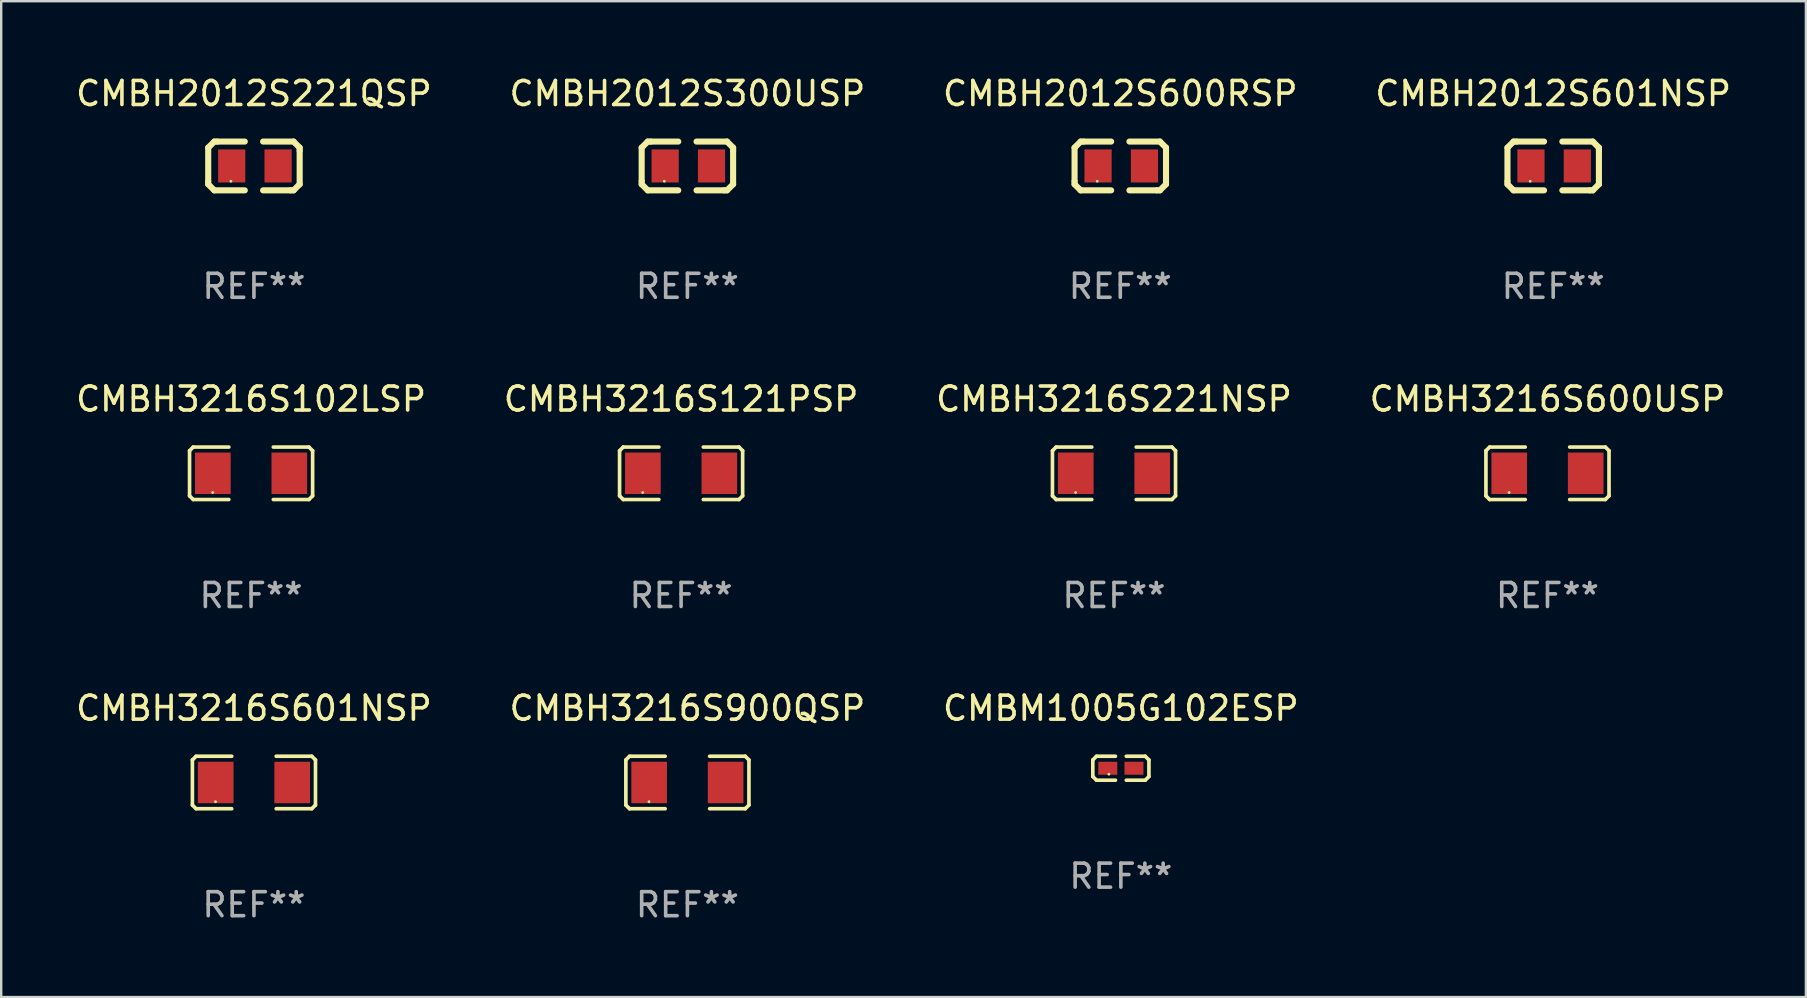
<source format=kicad_pcb>
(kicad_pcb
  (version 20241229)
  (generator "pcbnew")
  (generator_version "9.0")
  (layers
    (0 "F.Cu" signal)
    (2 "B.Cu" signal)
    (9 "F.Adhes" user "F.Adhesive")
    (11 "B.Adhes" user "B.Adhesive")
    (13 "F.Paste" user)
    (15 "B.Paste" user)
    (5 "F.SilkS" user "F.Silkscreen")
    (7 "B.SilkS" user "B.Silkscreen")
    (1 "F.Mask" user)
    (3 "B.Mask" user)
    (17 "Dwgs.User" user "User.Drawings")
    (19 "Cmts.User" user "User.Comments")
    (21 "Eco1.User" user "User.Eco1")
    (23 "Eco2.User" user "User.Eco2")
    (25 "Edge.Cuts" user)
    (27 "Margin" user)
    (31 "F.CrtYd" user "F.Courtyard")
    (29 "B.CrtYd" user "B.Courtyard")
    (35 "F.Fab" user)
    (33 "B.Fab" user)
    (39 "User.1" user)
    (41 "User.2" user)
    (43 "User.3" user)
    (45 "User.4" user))
  (footprint "CMBM1005G102ESP"
    (layer "F.Cu")
    (at 43.649 28.957)
    (property "Reference" "CMBM1005G102ESP" (at 0 -2.499 0) (layer "F.SilkS") (effects (font (size 1 1) (thickness 0.15))))
    (attr through_hole)
    (fp_line (start -1.169 -0.346) (end -1.016 -0.499) (stroke (width 0.152) (type solid)) (layer "F.SilkS"))
    (fp_line (start -1.169 0.346) (end -1.169 -0.346) (stroke (width 0.152) (type solid)) (layer "F.SilkS"))
    (fp_line (start -1.016 -0.499) (end -0.226 -0.499) (stroke (width 0.152) (type solid)) (layer "F.SilkS"))
    (fp_line (start -1.016 0.499) (end -1.169 0.346) (stroke (width 0.152) (type solid)) (layer "F.SilkS"))
    (fp_line (start -0.226 0.499) (end -1.016 0.499) (stroke (width 0.152) (type solid)) (layer "F.SilkS"))
    (fp_line (start 0.226 0.499) (end 1.016 0.499) (stroke (width 0.152) (type solid)) (layer "F.SilkS"))
    (fp_line (start 1.016 -0.499) (end 0.226 -0.499) (stroke (width 0.152) (type solid)) (layer "F.SilkS"))
    (fp_line (start 1.016 0.499) (end 1.169 0.346) (stroke (width 0.152) (type solid)) (layer "F.SilkS"))
    (fp_line (start 1.169 -0.346) (end 1.016 -0.499) (stroke (width 0.152) (type solid)) (layer "F.SilkS"))
    (fp_line (start 1.169 0.346) (end 1.169 -0.346) (stroke (width 0.152) (type solid)) (layer "F.SilkS"))
    (fp_circle (center -0.5 0.25) (end -0.47 0.25) (stroke (width 0.06) (type solid)) (fill no) (layer "F.SilkS"))
    (fp_text user "REF**" (at 0 4.499 0) (layer "F.Fab") (effects (font (size 1 1) (thickness 0.15))))
    (pad "1" smd rect (at -0.545 0) (size 0.79 0.54) (layers "F.Cu" "F.Mask" "F.Paste"))
    (pad "2" smd rect (at 0.545 0) (size 0.79 0.54) (layers "F.Cu" "F.Mask" "F.Paste")))
  (footprint "CMBH3216S221NSP"
    (layer "F.Cu")
    (at 43.363 16.669)
    (property "Reference" "CMBH3216S221NSP" (at 0 -3.093 0) (layer "F.SilkS") (effects (font (size 1 1) (thickness 0.15))))
    (attr through_hole)
    (fp_line (start -2.564 -0.94) (end -2.411 -1.093) (stroke (width 0.152) (type solid)) (layer "F.SilkS"))
    (fp_line (start -2.564 0.94) (end -2.564 -0.94) (stroke (width 0.152) (type solid)) (layer "F.SilkS"))
    (fp_line (start -2.411 -1.093) (end -0.926 -1.093) (stroke (width 0.152) (type solid)) (layer "F.SilkS"))
    (fp_line (start -2.411 1.093) (end -2.564 0.94) (stroke (width 0.152) (type solid)) (layer "F.SilkS"))
    (fp_line (start -0.926 1.093) (end -2.411 1.093) (stroke (width 0.152) (type solid)) (layer "F.SilkS"))
    (fp_line (start 0.926 1.093) (end 2.411 1.093) (stroke (width 0.152) (type solid)) (layer "F.SilkS"))
    (fp_line (start 2.411 -1.093) (end 0.926 -1.093) (stroke (width 0.152) (type solid)) (layer "F.SilkS"))
    (fp_line (start 2.411 1.093) (end 2.564 0.94) (stroke (width 0.152) (type solid)) (layer "F.SilkS"))
    (fp_line (start 2.564 -0.94) (end 2.411 -1.093) (stroke (width 0.152) (type solid)) (layer "F.SilkS"))
    (fp_line (start 2.564 0.94) (end 2.564 -0.94) (stroke (width 0.152) (type solid)) (layer "F.SilkS"))
    (fp_circle (center -1.6 0.8) (end -1.57 0.8) (stroke (width 0.06) (type solid)) (fill no) (layer "F.SilkS"))
    (fp_text user "REF**" (at 0 5.093 0) (layer "F.Fab") (effects (font (size 1 1) (thickness 0.15))))
    (pad "1" smd rect (at -1.593 0) (size 1.485 1.728) (layers "F.Cu" "F.Mask" "F.Paste"))
    (pad "2" smd rect (at 1.593 0) (size 1.485 1.728) (layers "F.Cu" "F.Mask" "F.Paste")))
  (footprint "CMBH3216S900QSP"
    (layer "F.Cu")
    (at 25.589 29.551)
    (property "Reference" "CMBH3216S900QSP" (at 0 -3.093 0) (layer "F.SilkS") (effects (font (size 1 1) (thickness 0.15))))
    (attr through_hole)
    (fp_line (start -2.564 -0.94) (end -2.411 -1.093) (stroke (width 0.152) (type solid)) (layer "F.SilkS"))
    (fp_line (start -2.564 0.94) (end -2.564 -0.94) (stroke (width 0.152) (type solid)) (layer "F.SilkS"))
    (fp_line (start -2.411 -1.093) (end -0.926 -1.093) (stroke (width 0.152) (type solid)) (layer "F.SilkS"))
    (fp_line (start -2.411 1.093) (end -2.564 0.94) (stroke (width 0.152) (type solid)) (layer "F.SilkS"))
    (fp_line (start -0.926 1.093) (end -2.411 1.093) (stroke (width 0.152) (type solid)) (layer "F.SilkS"))
    (fp_line (start 0.926 1.093) (end 2.411 1.093) (stroke (width 0.152) (type solid)) (layer "F.SilkS"))
    (fp_line (start 2.411 -1.093) (end 0.926 -1.093) (stroke (width 0.152) (type solid)) (layer "F.SilkS"))
    (fp_line (start 2.411 1.093) (end 2.564 0.94) (stroke (width 0.152) (type solid)) (layer "F.SilkS"))
    (fp_line (start 2.564 -0.94) (end 2.411 -1.093) (stroke (width 0.152) (type solid)) (layer "F.SilkS"))
    (fp_line (start 2.564 0.94) (end 2.564 -0.94) (stroke (width 0.152) (type solid)) (layer "F.SilkS"))
    (fp_circle (center -1.6 0.8) (end -1.57 0.8) (stroke (width 0.06) (type solid)) (fill no) (layer "F.SilkS"))
    (fp_text user "REF**" (at 0 5.093 0) (layer "F.Fab") (effects (font (size 1 1) (thickness 0.15))))
    (pad "1" smd rect (at -1.593 0) (size 1.485 1.728) (layers "F.Cu" "F.Mask" "F.Paste"))
    (pad "2" smd rect (at 1.593 0) (size 1.485 1.728) (layers "F.Cu" "F.Mask" "F.Paste")))
  (footprint "CMBH3216S121PSP"
    (layer "F.Cu")
    (at 25.327 16.669)
    (property "Reference" "CMBH3216S121PSP" (at 0 -3.093 0) (layer "F.SilkS") (effects (font (size 1 1) (thickness 0.15))))
    (attr through_hole)
    (fp_line (start -2.564 -0.94) (end -2.411 -1.093) (stroke (width 0.152) (type solid)) (layer "F.SilkS"))
    (fp_line (start -2.564 0.94) (end -2.564 -0.94) (stroke (width 0.152) (type solid)) (layer "F.SilkS"))
    (fp_line (start -2.411 -1.093) (end -0.926 -1.093) (stroke (width 0.152) (type solid)) (layer "F.SilkS"))
    (fp_line (start -2.411 1.093) (end -2.564 0.94) (stroke (width 0.152) (type solid)) (layer "F.SilkS"))
    (fp_line (start -0.926 1.093) (end -2.411 1.093) (stroke (width 0.152) (type solid)) (layer "F.SilkS"))
    (fp_line (start 0.926 1.093) (end 2.411 1.093) (stroke (width 0.152) (type solid)) (layer "F.SilkS"))
    (fp_line (start 2.411 -1.093) (end 0.926 -1.093) (stroke (width 0.152) (type solid)) (layer "F.SilkS"))
    (fp_line (start 2.411 1.093) (end 2.564 0.94) (stroke (width 0.152) (type solid)) (layer "F.SilkS"))
    (fp_line (start 2.564 -0.94) (end 2.411 -1.093) (stroke (width 0.152) (type solid)) (layer "F.SilkS"))
    (fp_line (start 2.564 0.94) (end 2.564 -0.94) (stroke (width 0.152) (type solid)) (layer "F.SilkS"))
    (fp_circle (center -1.6 0.8) (end -1.57 0.8) (stroke (width 0.06) (type solid)) (fill no) (layer "F.SilkS"))
    (fp_text user "REF**" (at 0 5.093 0) (layer "F.Fab") (effects (font (size 1 1) (thickness 0.15))))
    (pad "1" smd rect (at -1.593 0) (size 1.485 1.728) (layers "F.Cu" "F.Mask" "F.Paste"))
    (pad "2" smd rect (at 1.593 0) (size 1.485 1.728) (layers "F.Cu" "F.Mask" "F.Paste")))
  (footprint "CMBH3216S601NSP"
    (layer "F.Cu")
    (at 7.53 29.551)
    (property "Reference" "CMBH3216S601NSP" (at 0 -3.093 0) (layer "F.SilkS") (effects (font (size 1 1) (thickness 0.15))))
    (attr through_hole)
    (fp_line (start -2.564 -0.94) (end -2.411 -1.093) (stroke (width 0.152) (type solid)) (layer "F.SilkS"))
    (fp_line (start -2.564 0.94) (end -2.564 -0.94) (stroke (width 0.152) (type solid)) (layer "F.SilkS"))
    (fp_line (start -2.411 -1.093) (end -0.926 -1.093) (stroke (width 0.152) (type solid)) (layer "F.SilkS"))
    (fp_line (start -2.411 1.093) (end -2.564 0.94) (stroke (width 0.152) (type solid)) (layer "F.SilkS"))
    (fp_line (start -0.926 1.093) (end -2.411 1.093) (stroke (width 0.152) (type solid)) (layer "F.SilkS"))
    (fp_line (start 0.926 1.093) (end 2.411 1.093) (stroke (width 0.152) (type solid)) (layer "F.SilkS"))
    (fp_line (start 2.411 -1.093) (end 0.926 -1.093) (stroke (width 0.152) (type solid)) (layer "F.SilkS"))
    (fp_line (start 2.411 1.093) (end 2.564 0.94) (stroke (width 0.152) (type solid)) (layer "F.SilkS"))
    (fp_line (start 2.564 -0.94) (end 2.411 -1.093) (stroke (width 0.152) (type solid)) (layer "F.SilkS"))
    (fp_line (start 2.564 0.94) (end 2.564 -0.94) (stroke (width 0.152) (type solid)) (layer "F.SilkS"))
    (fp_circle (center -1.6 0.8) (end -1.57 0.8) (stroke (width 0.06) (type solid)) (fill no) (layer "F.SilkS"))
    (fp_text user "REF**" (at 0 5.093 0) (layer "F.Fab") (effects (font (size 1 1) (thickness 0.15))))
    (pad "1" smd rect (at -1.593 0) (size 1.485 1.728) (layers "F.Cu" "F.Mask" "F.Paste"))
    (pad "2" smd rect (at 1.593 0) (size 1.485 1.728) (layers "F.Cu" "F.Mask" "F.Paste")))
  (footprint "CMBH2012S300USP"
    (layer "F.Cu")
    (at 25.589 3.864)
    (property "Reference" "CMBH2012S300USP" (at 0 -3.016 0) (layer "F.SilkS") (effects (font (size 1 1) (thickness 0.15))))
    (attr through_hole)
    (fp_line (start -1.905 -0.762) (end -1.905 0.635) (stroke (width 0.254) (type solid)) (layer "F.SilkS"))
    (fp_line (start -1.905 0.635) (end -1.905 0.762) (stroke (width 0.254) (type solid)) (layer "F.SilkS"))
    (fp_line (start -1.905 0.762) (end -1.651 1.016) (stroke (width 0.254) (type solid)) (layer "F.SilkS"))
    (fp_line (start -1.651 -1.016) (end -1.905 -0.762) (stroke (width 0.254) (type solid)) (layer "F.SilkS"))
    (fp_line (start -1.651 1.016) (end -0.381 1.016) (stroke (width 0.254) (type solid)) (layer "F.SilkS"))
    (fp_line (start -1.524 -1.016) (end -1.651 -1.016) (stroke (width 0.254) (type solid)) (layer "F.SilkS"))
    (fp_line (start -0.381 -1.016) (end -1.524 -1.016) (stroke (width 0.254) (type solid)) (layer "F.SilkS"))
    (fp_line (start 0.381 1.016) (end 1.524 1.016) (stroke (width 0.254) (type solid)) (layer "F.SilkS"))
    (fp_line (start 1.524 1.016) (end 1.651 1.016) (stroke (width 0.254) (type solid)) (layer "F.SilkS"))
    (fp_line (start 1.651 -1.016) (end 0.381 -1.016) (stroke (width 0.254) (type solid)) (layer "F.SilkS"))
    (fp_line (start 1.651 1.016) (end 1.905 0.762) (stroke (width 0.254) (type solid)) (layer "F.SilkS"))
    (fp_line (start 1.905 -0.762) (end 1.651 -1.016) (stroke (width 0.254) (type solid)) (layer "F.SilkS"))
    (fp_line (start 1.905 -0.635) (end 1.905 -0.762) (stroke (width 0.254) (type solid)) (layer "F.SilkS"))
    (fp_line (start 1.905 0.762) (end 1.905 -0.635) (stroke (width 0.254) (type solid)) (layer "F.SilkS"))
    (fp_circle (center -0.96 0.637) (end -0.93 0.637) (stroke (width 0.06) (type solid)) (fill no) (layer "F.SilkS"))
    (fp_text user "REF**" (at 0 5.016 0) (layer "F.Fab") (effects (font (size 1 1) (thickness 0.15))))
    (pad "1" smd rect (at -0.926 -0.000051) (size 1.133 1.377) (layers "F.Cu" "F.Mask" "F.Paste"))
    (pad "2" smd rect (at 1.006 -0.000051) (size 1.133 1.377) (layers "F.Cu" "F.Mask" "F.Paste")))
  (footprint "CMBH3216S102LSP"
    (layer "F.Cu")
    (at 7.411 16.669)
    (property "Reference" "CMBH3216S102LSP" (at 0 -3.093 0) (layer "F.SilkS") (effects (font (size 1 1) (thickness 0.15))))
    (attr through_hole)
    (fp_line (start -2.564 -0.94) (end -2.411 -1.093) (stroke (width 0.152) (type solid)) (layer "F.SilkS"))
    (fp_line (start -2.564 0.94) (end -2.564 -0.94) (stroke (width 0.152) (type solid)) (layer "F.SilkS"))
    (fp_line (start -2.411 -1.093) (end -0.926 -1.093) (stroke (width 0.152) (type solid)) (layer "F.SilkS"))
    (fp_line (start -2.411 1.093) (end -2.564 0.94) (stroke (width 0.152) (type solid)) (layer "F.SilkS"))
    (fp_line (start -0.926 1.093) (end -2.411 1.093) (stroke (width 0.152) (type solid)) (layer "F.SilkS"))
    (fp_line (start 0.926 1.093) (end 2.411 1.093) (stroke (width 0.152) (type solid)) (layer "F.SilkS"))
    (fp_line (start 2.411 -1.093) (end 0.926 -1.093) (stroke (width 0.152) (type solid)) (layer "F.SilkS"))
    (fp_line (start 2.411 1.093) (end 2.564 0.94) (stroke (width 0.152) (type solid)) (layer "F.SilkS"))
    (fp_line (start 2.564 -0.94) (end 2.411 -1.093) (stroke (width 0.152) (type solid)) (layer "F.SilkS"))
    (fp_line (start 2.564 0.94) (end 2.564 -0.94) (stroke (width 0.152) (type solid)) (layer "F.SilkS"))
    (fp_circle (center -1.6 0.8) (end -1.57 0.8) (stroke (width 0.06) (type solid)) (fill no) (layer "F.SilkS"))
    (fp_text user "REF**" (at 0 5.093 0) (layer "F.Fab") (effects (font (size 1 1) (thickness 0.15))))
    (pad "1" smd rect (at -1.593 0) (size 1.485 1.728) (layers "F.Cu" "F.Mask" "F.Paste"))
    (pad "2" smd rect (at 1.593 0) (size 1.485 1.728) (layers "F.Cu" "F.Mask" "F.Paste")))
  (footprint "CMBH3216S600USP"
    (layer "F.Cu")
    (at 61.423 16.669)
    (property "Reference" "CMBH3216S600USP" (at 0 -3.093 0) (layer "F.SilkS") (effects (font (size 1 1) (thickness 0.15))))
    (attr through_hole)
    (fp_line (start -2.564 -0.94) (end -2.411 -1.093) (stroke (width 0.152) (type solid)) (layer "F.SilkS"))
    (fp_line (start -2.564 0.94) (end -2.564 -0.94) (stroke (width 0.152) (type solid)) (layer "F.SilkS"))
    (fp_line (start -2.411 -1.093) (end -0.926 -1.093) (stroke (width 0.152) (type solid)) (layer "F.SilkS"))
    (fp_line (start -2.411 1.093) (end -2.564 0.94) (stroke (width 0.152) (type solid)) (layer "F.SilkS"))
    (fp_line (start -0.926 1.093) (end -2.411 1.093) (stroke (width 0.152) (type solid)) (layer "F.SilkS"))
    (fp_line (start 0.926 1.093) (end 2.411 1.093) (stroke (width 0.152) (type solid)) (layer "F.SilkS"))
    (fp_line (start 2.411 -1.093) (end 0.926 -1.093) (stroke (width 0.152) (type solid)) (layer "F.SilkS"))
    (fp_line (start 2.411 1.093) (end 2.564 0.94) (stroke (width 0.152) (type solid)) (layer "F.SilkS"))
    (fp_line (start 2.564 -0.94) (end 2.411 -1.093) (stroke (width 0.152) (type solid)) (layer "F.SilkS"))
    (fp_line (start 2.564 0.94) (end 2.564 -0.94) (stroke (width 0.152) (type solid)) (layer "F.SilkS"))
    (fp_circle (center -1.6 0.8) (end -1.57 0.8) (stroke (width 0.06) (type solid)) (fill no) (layer "F.SilkS"))
    (fp_text user "REF**" (at 0 5.093 0) (layer "F.Fab") (effects (font (size 1 1) (thickness 0.15))))
    (pad "1" smd rect (at -1.593 0) (size 1.485 1.728) (layers "F.Cu" "F.Mask" "F.Paste"))
    (pad "2" smd rect (at 1.593 0) (size 1.485 1.728) (layers "F.Cu" "F.Mask" "F.Paste")))
  (footprint "CMBH2012S600RSP"
    (layer "F.Cu")
    (at 43.625 3.864)
    (property "Reference" "CMBH2012S600RSP" (at 0 -3.016 0) (layer "F.SilkS") (effects (font (size 1 1) (thickness 0.15))))
    (attr through_hole)
    (fp_line (start -1.905 -0.762) (end -1.905 0.635) (stroke (width 0.254) (type solid)) (layer "F.SilkS"))
    (fp_line (start -1.905 0.635) (end -1.905 0.762) (stroke (width 0.254) (type solid)) (layer "F.SilkS"))
    (fp_line (start -1.905 0.762) (end -1.651 1.016) (stroke (width 0.254) (type solid)) (layer "F.SilkS"))
    (fp_line (start -1.651 -1.016) (end -1.905 -0.762) (stroke (width 0.254) (type solid)) (layer "F.SilkS"))
    (fp_line (start -1.651 1.016) (end -0.381 1.016) (stroke (width 0.254) (type solid)) (layer "F.SilkS"))
    (fp_line (start -1.524 -1.016) (end -1.651 -1.016) (stroke (width 0.254) (type solid)) (layer "F.SilkS"))
    (fp_line (start -0.381 -1.016) (end -1.524 -1.016) (stroke (width 0.254) (type solid)) (layer "F.SilkS"))
    (fp_line (start 0.381 1.016) (end 1.524 1.016) (stroke (width 0.254) (type solid)) (layer "F.SilkS"))
    (fp_line (start 1.524 1.016) (end 1.651 1.016) (stroke (width 0.254) (type solid)) (layer "F.SilkS"))
    (fp_line (start 1.651 -1.016) (end 0.381 -1.016) (stroke (width 0.254) (type solid)) (layer "F.SilkS"))
    (fp_line (start 1.651 1.016) (end 1.905 0.762) (stroke (width 0.254) (type solid)) (layer "F.SilkS"))
    (fp_line (start 1.905 -0.762) (end 1.651 -1.016) (stroke (width 0.254) (type solid)) (layer "F.SilkS"))
    (fp_line (start 1.905 -0.635) (end 1.905 -0.762) (stroke (width 0.254) (type solid)) (layer "F.SilkS"))
    (fp_line (start 1.905 0.762) (end 1.905 -0.635) (stroke (width 0.254) (type solid)) (layer "F.SilkS"))
    (fp_circle (center -0.96 0.637) (end -0.93 0.637) (stroke (width 0.06) (type solid)) (fill no) (layer "F.SilkS"))
    (fp_text user "REF**" (at 0 5.016 0) (layer "F.Fab") (effects (font (size 1 1) (thickness 0.15))))
    (pad "1" smd rect (at -0.926 -0.000051) (size 1.133 1.377) (layers "F.Cu" "F.Mask" "F.Paste"))
    (pad "2" smd rect (at 1.006 -0.000051) (size 1.133 1.377) (layers "F.Cu" "F.Mask" "F.Paste")))
  (footprint "CMBH2012S601NSP"
    (layer "F.Cu")
    (at 61.661 3.864)
    (property "Reference" "CMBH2012S601NSP" (at 0 -3.016 0) (layer "F.SilkS") (effects (font (size 1 1) (thickness 0.15))))
    (attr through_hole)
    (fp_line (start -1.905 -0.762) (end -1.905 0.635) (stroke (width 0.254) (type solid)) (layer "F.SilkS"))
    (fp_line (start -1.905 0.635) (end -1.905 0.762) (stroke (width 0.254) (type solid)) (layer "F.SilkS"))
    (fp_line (start -1.905 0.762) (end -1.651 1.016) (stroke (width 0.254) (type solid)) (layer "F.SilkS"))
    (fp_line (start -1.651 -1.016) (end -1.905 -0.762) (stroke (width 0.254) (type solid)) (layer "F.SilkS"))
    (fp_line (start -1.651 1.016) (end -0.381 1.016) (stroke (width 0.254) (type solid)) (layer "F.SilkS"))
    (fp_line (start -1.524 -1.016) (end -1.651 -1.016) (stroke (width 0.254) (type solid)) (layer "F.SilkS"))
    (fp_line (start -0.381 -1.016) (end -1.524 -1.016) (stroke (width 0.254) (type solid)) (layer "F.SilkS"))
    (fp_line (start 0.381 1.016) (end 1.524 1.016) (stroke (width 0.254) (type solid)) (layer "F.SilkS"))
    (fp_line (start 1.524 1.016) (end 1.651 1.016) (stroke (width 0.254) (type solid)) (layer "F.SilkS"))
    (fp_line (start 1.651 -1.016) (end 0.381 -1.016) (stroke (width 0.254) (type solid)) (layer "F.SilkS"))
    (fp_line (start 1.651 1.016) (end 1.905 0.762) (stroke (width 0.254) (type solid)) (layer "F.SilkS"))
    (fp_line (start 1.905 -0.762) (end 1.651 -1.016) (stroke (width 0.254) (type solid)) (layer "F.SilkS"))
    (fp_line (start 1.905 -0.635) (end 1.905 -0.762) (stroke (width 0.254) (type solid)) (layer "F.SilkS"))
    (fp_line (start 1.905 0.762) (end 1.905 -0.635) (stroke (width 0.254) (type solid)) (layer "F.SilkS"))
    (fp_circle (center -0.96 0.637) (end -0.93 0.637) (stroke (width 0.06) (type solid)) (fill no) (layer "F.SilkS"))
    (fp_text user "REF**" (at 0 5.016 0) (layer "F.Fab") (effects (font (size 1 1) (thickness 0.15))))
    (pad "1" smd rect (at -0.926 -0.000051) (size 1.133 1.377) (layers "F.Cu" "F.Mask" "F.Paste"))
    (pad "2" smd rect (at 1.006 -0.000051) (size 1.133 1.377) (layers "F.Cu" "F.Mask" "F.Paste")))
  (footprint "CMBH2012S221QSP"
    (layer "F.Cu")
    (at 7.53 3.864)
    (property "Reference" "CMBH2012S221QSP" (at 0 -3.016 0) (layer "F.SilkS") (effects (font (size 1 1) (thickness 0.15))))
    (attr through_hole)
    (fp_line (start -1.905 -0.762) (end -1.905 0.635) (stroke (width 0.254) (type solid)) (layer "F.SilkS"))
    (fp_line (start -1.905 0.635) (end -1.905 0.762) (stroke (width 0.254) (type solid)) (layer "F.SilkS"))
    (fp_line (start -1.905 0.762) (end -1.651 1.016) (stroke (width 0.254) (type solid)) (layer "F.SilkS"))
    (fp_line (start -1.651 -1.016) (end -1.905 -0.762) (stroke (width 0.254) (type solid)) (layer "F.SilkS"))
    (fp_line (start -1.651 1.016) (end -0.381 1.016) (stroke (width 0.254) (type solid)) (layer "F.SilkS"))
    (fp_line (start -1.524 -1.016) (end -1.651 -1.016) (stroke (width 0.254) (type solid)) (layer "F.SilkS"))
    (fp_line (start -0.381 -1.016) (end -1.524 -1.016) (stroke (width 0.254) (type solid)) (layer "F.SilkS"))
    (fp_line (start 0.381 1.016) (end 1.524 1.016) (stroke (width 0.254) (type solid)) (layer "F.SilkS"))
    (fp_line (start 1.524 1.016) (end 1.651 1.016) (stroke (width 0.254) (type solid)) (layer "F.SilkS"))
    (fp_line (start 1.651 -1.016) (end 0.381 -1.016) (stroke (width 0.254) (type solid)) (layer "F.SilkS"))
    (fp_line (start 1.651 1.016) (end 1.905 0.762) (stroke (width 0.254) (type solid)) (layer "F.SilkS"))
    (fp_line (start 1.905 -0.762) (end 1.651 -1.016) (stroke (width 0.254) (type solid)) (layer "F.SilkS"))
    (fp_line (start 1.905 -0.635) (end 1.905 -0.762) (stroke (width 0.254) (type solid)) (layer "F.SilkS"))
    (fp_line (start 1.905 0.762) (end 1.905 -0.635) (stroke (width 0.254) (type solid)) (layer "F.SilkS"))
    (fp_circle (center -0.96 0.637) (end -0.93 0.637) (stroke (width 0.06) (type solid)) (fill no) (layer "F.SilkS"))
    (fp_text user "REF**" (at 0 5.016 0) (layer "F.Fab") (effects (font (size 1 1) (thickness 0.15))))
    (pad "1" smd rect (at -0.926 -0.000051) (size 1.133 1.377) (layers "F.Cu" "F.Mask" "F.Paste"))
    (pad "2" smd rect (at 1.006 -0.000051) (size 1.133 1.377) (layers "F.Cu" "F.Mask" "F.Paste")))
  (gr_rect
    (start -3 -3)
    (end 72.19 38.492)
    (stroke (width 0.1) (type default))
    (fill no)
    (layer "Edge.Cuts")))
</source>
